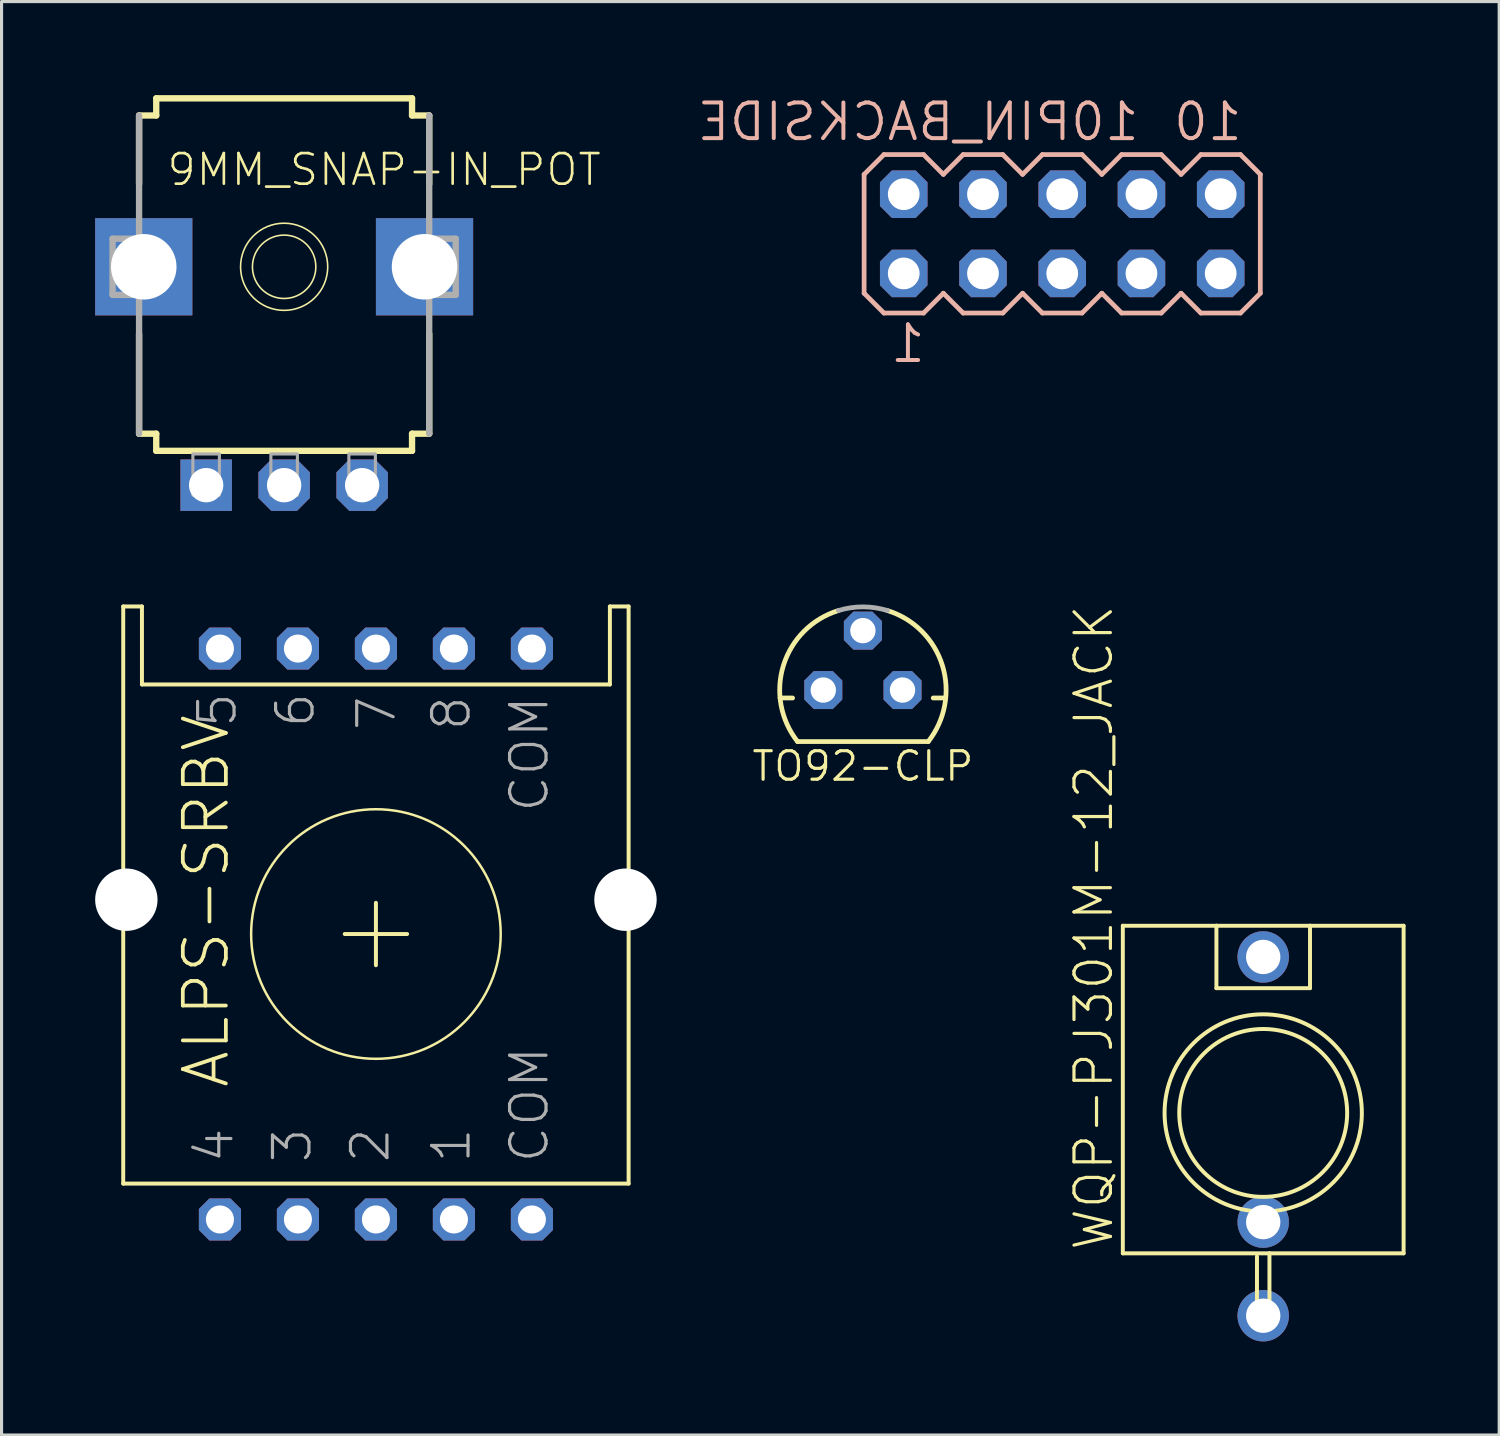
<source format=kicad_pcb>
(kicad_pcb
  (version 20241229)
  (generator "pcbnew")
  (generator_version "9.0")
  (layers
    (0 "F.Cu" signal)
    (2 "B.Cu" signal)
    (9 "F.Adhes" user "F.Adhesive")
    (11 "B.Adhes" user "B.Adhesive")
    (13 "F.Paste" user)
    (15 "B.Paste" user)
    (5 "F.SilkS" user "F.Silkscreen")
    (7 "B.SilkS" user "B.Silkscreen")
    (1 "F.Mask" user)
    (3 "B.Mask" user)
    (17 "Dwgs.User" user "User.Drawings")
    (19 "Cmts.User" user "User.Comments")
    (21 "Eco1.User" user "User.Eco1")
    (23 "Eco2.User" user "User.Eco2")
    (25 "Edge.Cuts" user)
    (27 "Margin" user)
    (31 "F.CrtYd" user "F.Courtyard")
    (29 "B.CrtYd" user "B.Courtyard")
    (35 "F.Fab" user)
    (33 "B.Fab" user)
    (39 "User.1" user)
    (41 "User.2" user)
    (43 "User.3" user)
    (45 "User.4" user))
  (footprint "WQP-PJ301M-12_JACK"
    (layer "F.Cu")
    (at 37.442 32.625)
    (property "Reference" "WQP-PJ301M-12_JACK" (at -4.75 4.47 90) (layer "F.SilkS") (effects (font (size 1.168 1.168) (thickness 0.102)) (justify left bottom)))
    (fp_line (start -4.5 -6) (end -4.5 4.5) (stroke (width 0.127) (type solid)) (layer "F.SilkS"))
    (fp_line (start -4.5 -6) (end -1.5 -6) (stroke (width 0.127) (type solid)) (layer "F.SilkS"))
    (fp_line (start -4.5 4.5) (end 0.2 4.5) (stroke (width 0.127) (type solid)) (layer "F.SilkS"))
    (fp_line (start -1.5 -6) (end -1.5 -4) (stroke (width 0.127) (type solid)) (layer "F.SilkS"))
    (fp_line (start -1.5 -6) (end 1.5 -6) (stroke (width 0.127) (type solid)) (layer "F.SilkS"))
    (fp_line (start -1.5 -4) (end 1.5 -4) (stroke (width 0.127) (type solid)) (layer "F.SilkS"))
    (fp_line (start -0.2 4.6) (end -0.2 6.7) (stroke (width 0.127) (type solid)) (layer "F.SilkS"))
    (fp_line (start -0.2 6.7) (end 0.2 6.7) (stroke (width 0.127) (type solid)) (layer "F.SilkS"))
    (fp_line (start 0.2 4.5) (end 4.5 4.5) (stroke (width 0.127) (type solid)) (layer "F.SilkS"))
    (fp_line (start 0.2 6.7) (end 0.2 4.5) (stroke (width 0.127) (type solid)) (layer "F.SilkS"))
    (fp_line (start 1.5 -6) (end 4.5 -6) (stroke (width 0.127) (type solid)) (layer "F.SilkS"))
    (fp_line (start 1.5 -4) (end 1.5 -6) (stroke (width 0.127) (type solid)) (layer "F.SilkS"))
    (fp_line (start 4.5 4.5) (end 4.5 -6) (stroke (width 0.127) (type solid)) (layer "F.SilkS"))
    (fp_circle (center 0 0) (end 2.691 0) (stroke (width 0.127) (type solid)) (fill no) (layer "F.SilkS"))
    (fp_circle (center 0 0) (end 3.162 0) (stroke (width 0.127) (type solid)) (fill no) (layer "F.SilkS"))
    (pad "P$1_TIP" thru_hole circle (at 0 -5) (size 1.65 1.65) (drill 1.1) (layers "*.Cu" "*.Mask"))
    (pad "P$2_SWITCH" thru_hole circle (at 0 3.5) (size 1.65 1.65) (drill 1.1) (layers "*.Cu" "*.Mask"))
    (pad "P$3_SLEEVE" thru_hole circle (at 0 6.5) (size 1.65 1.65) (drill 1.1) (layers "*.Cu" "*.Mask"))
    (zone (net_name "") (layer "F.Cu") (hatch edge 0.508) (connect_pads) (min_thickness 0.254) (filled_areas_thickness no) (keepout (tracks not_allowed) (vias not_allowed) (pads not_allowed) (copperpour not_allowed) (footprints allowed)) (placement (enabled no)) (fill) (polygon (pts (xy 34.642 35.425) (xy 40.242 35.425) (xy 40.242 29.825) (xy 34.642 29.825)))))
  (footprint "10PIN_BACKSIDE"
    (layer "F.Cu")
    (at 30.999 4.445)
    (property "Reference" "10PIN_BACKSIDE" (at 2.54 -2.921 0) (layer "B.SilkS") (effects (font (size 1.143 1.143) (thickness 0.127)) (justify left bottom mirror)))
    (fp_line (start -6.35 -1.905) (end -6.35 1.905) (stroke (width 0.152) (type solid)) (layer "B.SilkS"))
    (fp_line (start -6.35 1.905) (end -5.715 2.54) (stroke (width 0.152) (type solid)) (layer "B.SilkS"))
    (fp_line (start -5.715 -2.54) (end -6.35 -1.905) (stroke (width 0.152) (type solid)) (layer "B.SilkS"))
    (fp_line (start -5.715 -2.54) (end -4.445 -2.54) (stroke (width 0.152) (type solid)) (layer "B.SilkS"))
    (fp_line (start -4.445 -2.54) (end -3.81 -1.905) (stroke (width 0.152) (type solid)) (layer "B.SilkS"))
    (fp_line (start -4.445 2.54) (end -5.715 2.54) (stroke (width 0.152) (type solid)) (layer "B.SilkS"))
    (fp_line (start -3.81 -1.905) (end -3.175 -2.54) (stroke (width 0.152) (type solid)) (layer "B.SilkS"))
    (fp_line (start -3.81 1.905) (end -4.445 2.54) (stroke (width 0.152) (type solid)) (layer "B.SilkS"))
    (fp_line (start -3.175 -2.54) (end -1.905 -2.54) (stroke (width 0.152) (type solid)) (layer "B.SilkS"))
    (fp_line (start -3.175 2.54) (end -3.81 1.905) (stroke (width 0.152) (type solid)) (layer "B.SilkS"))
    (fp_line (start -1.905 -2.54) (end -1.27 -1.905) (stroke (width 0.152) (type solid)) (layer "B.SilkS"))
    (fp_line (start -1.905 2.54) (end -3.175 2.54) (stroke (width 0.152) (type solid)) (layer "B.SilkS"))
    (fp_line (start -1.27 -1.905) (end -0.635 -2.54) (stroke (width 0.152) (type solid)) (layer "B.SilkS"))
    (fp_line (start -1.27 1.905) (end -1.905 2.54) (stroke (width 0.152) (type solid)) (layer "B.SilkS"))
    (fp_line (start -0.635 -2.54) (end 0.635 -2.54) (stroke (width 0.152) (type solid)) (layer "B.SilkS"))
    (fp_line (start -0.635 2.54) (end -1.27 1.905) (stroke (width 0.152) (type solid)) (layer "B.SilkS"))
    (fp_line (start 0.635 -2.54) (end 1.27 -1.905) (stroke (width 0.152) (type solid)) (layer "B.SilkS"))
    (fp_line (start 0.635 2.54) (end -0.635 2.54) (stroke (width 0.152) (type solid)) (layer "B.SilkS"))
    (fp_line (start 1.27 1.905) (end 0.635 2.54) (stroke (width 0.152) (type solid)) (layer "B.SilkS"))
    (fp_line (start 1.27 1.905) (end 1.905 2.54) (stroke (width 0.152) (type solid)) (layer "B.SilkS"))
    (fp_line (start 1.905 -2.54) (end 1.27 -1.905) (stroke (width 0.152) (type solid)) (layer "B.SilkS"))
    (fp_line (start 1.905 -2.54) (end 3.175 -2.54) (stroke (width 0.152) (type solid)) (layer "B.SilkS"))
    (fp_line (start 3.175 -2.54) (end 3.81 -1.905) (stroke (width 0.152) (type solid)) (layer "B.SilkS"))
    (fp_line (start 3.175 2.54) (end 1.905 2.54) (stroke (width 0.152) (type solid)) (layer "B.SilkS"))
    (fp_line (start 3.81 -1.905) (end 4.445 -2.54) (stroke (width 0.152) (type solid)) (layer "B.SilkS"))
    (fp_line (start 3.81 1.905) (end 3.175 2.54) (stroke (width 0.152) (type solid)) (layer "B.SilkS"))
    (fp_line (start 4.445 -2.54) (end 5.715 -2.54) (stroke (width 0.152) (type solid)) (layer "B.SilkS"))
    (fp_line (start 4.445 2.54) (end 3.81 1.905) (stroke (width 0.152) (type solid)) (layer "B.SilkS"))
    (fp_line (start 5.715 -2.54) (end 6.35 -1.905) (stroke (width 0.152) (type solid)) (layer "B.SilkS"))
    (fp_line (start 5.715 2.54) (end 4.445 2.54) (stroke (width 0.152) (type solid)) (layer "B.SilkS"))
    (fp_line (start 6.35 -1.905) (end 6.35 1.905) (stroke (width 0.152) (type solid)) (layer "B.SilkS"))
    (fp_line (start 6.35 1.905) (end 5.715 2.54) (stroke (width 0.152) (type solid)) (layer "B.SilkS"))
    (fp_poly (pts (xy -5.334 -1.016) (xy -4.826 -1.016) (xy -4.826 -1.524) (xy -5.334 -1.524)) (stroke (width 0.1) (type solid)) (fill no) (layer "F.Fab"))
    (fp_poly (pts (xy -5.334 1.524) (xy -4.826 1.524) (xy -4.826 1.016) (xy -5.334 1.016)) (stroke (width 0.1) (type solid)) (fill no) (layer "F.Fab"))
    (fp_poly (pts (xy -2.794 -1.016) (xy -2.286 -1.016) (xy -2.286 -1.524) (xy -2.794 -1.524)) (stroke (width 0.1) (type solid)) (fill no) (layer "F.Fab"))
    (fp_poly (pts (xy -2.794 1.524) (xy -2.286 1.524) (xy -2.286 1.016) (xy -2.794 1.016)) (stroke (width 0.1) (type solid)) (fill no) (layer "F.Fab"))
    (fp_poly (pts (xy -0.254 -1.016) (xy 0.254 -1.016) (xy 0.254 -1.524) (xy -0.254 -1.524)) (stroke (width 0.1) (type solid)) (fill no) (layer "F.Fab"))
    (fp_poly (pts (xy -0.254 1.524) (xy 0.254 1.524) (xy 0.254 1.016) (xy -0.254 1.016)) (stroke (width 0.1) (type solid)) (fill no) (layer "F.Fab"))
    (fp_poly (pts (xy 2.286 -1.016) (xy 2.794 -1.016) (xy 2.794 -1.524) (xy 2.286 -1.524)) (stroke (width 0.1) (type solid)) (fill no) (layer "F.Fab"))
    (fp_poly (pts (xy 2.286 1.524) (xy 2.794 1.524) (xy 2.794 1.016) (xy 2.286 1.016)) (stroke (width 0.1) (type solid)) (fill no) (layer "F.Fab"))
    (fp_poly (pts (xy 4.826 -1.016) (xy 5.334 -1.016) (xy 5.334 -1.524) (xy 4.826 -1.524)) (stroke (width 0.1) (type solid)) (fill no) (layer "F.Fab"))
    (fp_poly (pts (xy 4.826 1.524) (xy 5.334 1.524) (xy 5.334 1.016) (xy 4.826 1.016)) (stroke (width 0.1) (type solid)) (fill no) (layer "F.Fab"))
    (fp_text user "10" (at 5.842 -2.921 0) (layer "B.SilkS") (effects (font (size 1.143 1.143) (thickness 0.127)) (justify left bottom mirror)))
    (fp_text user "1" (at -4.318 4.191 0) (layer "B.SilkS") (effects (font (size 1.143 1.143) (thickness 0.127)) (justify left bottom mirror)))
    (pad "1" thru_hole roundrect (at -5.08 1.27) (size 1.524 1.524) (drill 1.016) (layers "*.Cu" "*.Mask") (roundrect_rratio 0.25) (chamfer_ratio 0.25) (chamfer top_left top_right bottom_left bottom_right))
    (pad "2" thru_hole roundrect (at -5.08 -1.27) (size 1.524 1.524) (drill 1.016) (layers "*.Cu" "*.Mask") (roundrect_rratio 0.25) (chamfer_ratio 0.25) (chamfer top_left top_right bottom_left bottom_right))
    (pad "3" thru_hole roundrect (at -2.54 1.27) (size 1.524 1.524) (drill 1.016) (layers "*.Cu" "*.Mask") (roundrect_rratio 0.25) (chamfer_ratio 0.25) (chamfer top_left top_right bottom_left bottom_right))
    (pad "4" thru_hole roundrect (at -2.54 -1.27) (size 1.524 1.524) (drill 1.016) (layers "*.Cu" "*.Mask") (roundrect_rratio 0.25) (chamfer_ratio 0.25) (chamfer top_left top_right bottom_left bottom_right))
    (pad "5" thru_hole roundrect (at 0 1.27) (size 1.524 1.524) (drill 1.016) (layers "*.Cu" "*.Mask") (roundrect_rratio 0.25) (chamfer_ratio 0.25) (chamfer top_left top_right bottom_left bottom_right))
    (pad "6" thru_hole roundrect (at 0 -1.27) (size 1.524 1.524) (drill 1.016) (layers "*.Cu" "*.Mask") (roundrect_rratio 0.25) (chamfer_ratio 0.25) (chamfer top_left top_right bottom_left bottom_right))
    (pad "7" thru_hole roundrect (at 2.54 1.27) (size 1.524 1.524) (drill 1.016) (layers "*.Cu" "*.Mask") (roundrect_rratio 0.25) (chamfer_ratio 0.25) (chamfer top_left top_right bottom_left bottom_right))
    (pad "8" thru_hole roundrect (at 2.54 -1.27) (size 1.524 1.524) (drill 1.016) (layers "*.Cu" "*.Mask") (roundrect_rratio 0.25) (chamfer_ratio 0.25) (chamfer top_left top_right bottom_left bottom_right))
    (pad "9" thru_hole roundrect (at 5.08 1.27) (size 1.524 1.524) (drill 1.016) (layers "*.Cu" "*.Mask") (roundrect_rratio 0.25) (chamfer_ratio 0.25) (chamfer top_left top_right bottom_left bottom_right))
    (pad "10" thru_hole roundrect (at 5.08 -1.27) (size 1.524 1.524) (drill 1.016) (layers "*.Cu" "*.Mask") (roundrect_rratio 0.25) (chamfer_ratio 0.25) (chamfer top_left top_right bottom_left bottom_right)))
  (footprint "9MM_SNAP-IN_POT"
    (layer "F.Cu")
    (at 6.058 5.502)
    (property "Reference" "9MM_SNAP-IN_POT" (at -3.81 -2.54 0) (layer "F.SilkS") (effects (font (size 0.981 0.981) (thickness 0.085)) (justify left bottom)))
    (fp_line (start -4.65 -2.65) (end -4.65 -4.85) (stroke (width 0.203) (type solid)) (layer "F.SilkS"))
    (fp_line (start -4.65 5.35) (end -4.65 2.15) (stroke (width 0.203) (type solid)) (layer "F.SilkS"))
    (fp_line (start -4.65 5.35) (end -4.1 5.35) (stroke (width 0.203) (type solid)) (layer "F.SilkS"))
    (fp_line (start -4.1 -5.4) (end -4.1 -4.85) (stroke (width 0.203) (type solid)) (layer "F.SilkS"))
    (fp_line (start -4.1 -5.4) (end 4.1 -5.4) (stroke (width 0.203) (type solid)) (layer "F.SilkS"))
    (fp_line (start -4.1 -4.85) (end -4.65 -4.85) (stroke (width 0.203) (type solid)) (layer "F.SilkS"))
    (fp_line (start -4.1 5.35) (end -4.1 5.9) (stroke (width 0.203) (type solid)) (layer "F.SilkS"))
    (fp_line (start 4.1 -4.85) (end 4.1 -5.4) (stroke (width 0.203) (type solid)) (layer "F.SilkS"))
    (fp_line (start 4.1 5.35) (end 4.65 5.35) (stroke (width 0.203) (type solid)) (layer "F.SilkS"))
    (fp_line (start 4.1 5.9) (end -4.1 5.9) (stroke (width 0.203) (type solid)) (layer "F.SilkS"))
    (fp_line (start 4.1 5.9) (end 4.1 5.35) (stroke (width 0.203) (type solid)) (layer "F.SilkS"))
    (fp_line (start 4.65 -4.85) (end 4.1 -4.85) (stroke (width 0.203) (type solid)) (layer "F.SilkS"))
    (fp_line (start 4.65 -4.85) (end 4.65 -2.65) (stroke (width 0.203) (type solid)) (layer "F.SilkS"))
    (fp_line (start 4.65 2.15) (end 4.65 5.35) (stroke (width 0.203) (type solid)) (layer "F.SilkS"))
    (fp_circle (center 0 0) (end 1.016 0) (stroke (width 0.051) (type solid)) (fill no) (layer "F.SilkS"))
    (fp_circle (center 0 0) (end 1.397 0) (stroke (width 0.051) (type solid)) (fill no) (layer "F.SilkS"))
    (fp_line (start -5.5 -0.9) (end -5.5 0.9) (stroke (width 0.203) (type solid)) (layer "F.Fab"))
    (fp_line (start -5.5 0.9) (end -4.75 0.9) (stroke (width 0.203) (type solid)) (layer "F.Fab"))
    (fp_line (start -4.75 -0.9) (end -5.5 -0.9) (stroke (width 0.203) (type solid)) (layer "F.Fab"))
    (fp_line (start -4.65 5.35) (end -4.65 -4.85) (stroke (width 0.203) (type solid)) (layer "F.Fab"))
    (fp_line (start 4.65 -4.85) (end 4.65 5.35) (stroke (width 0.203) (type solid)) (layer "F.Fab"))
    (fp_line (start 4.75 0.9) (end 5.5 0.9) (stroke (width 0.203) (type solid)) (layer "F.Fab"))
    (fp_line (start 5.5 -0.9) (end 4.75 -0.9) (stroke (width 0.203) (type solid)) (layer "F.Fab"))
    (fp_line (start 5.5 0.9) (end 5.5 -0.9) (stroke (width 0.203) (type solid)) (layer "F.Fab"))
    (fp_poly (pts (xy -2.925 7.325) (xy -2.075 7.325) (xy -2.075 6) (xy -2.925 6)) (stroke (width 0.1) (type solid)) (fill no) (layer "F.Fab"))
    (fp_poly (pts (xy -0.425 7.325) (xy 0.425 7.325) (xy 0.425 6) (xy -0.425 6)) (stroke (width 0.1) (type solid)) (fill no) (layer "F.Fab"))
    (fp_poly (pts (xy 2.075 7.325) (xy 2.925 7.325) (xy 2.925 6) (xy 2.075 6)) (stroke (width 0.1) (type solid)) (fill no) (layer "F.Fab"))
    (pad "1" thru_hole rect (at -2.5 7 270) (size 1.65 1.65) (drill 1.1) (layers "*.Cu" "*.Mask"))
    (pad "2" thru_hole roundrect (at 0 7 270) (size 1.65 1.65) (drill 1.1) (layers "*.Cu" "*.Mask") (roundrect_rratio 0.25) (chamfer_ratio 0.25) (chamfer top_left top_right bottom_left bottom_right))
    (pad "3" thru_hole roundrect (at 2.5 7 270) (size 1.65 1.65) (drill 1.1) (layers "*.Cu" "*.Mask") (roundrect_rratio 0.25) (chamfer_ratio 0.25) (chamfer top_left top_right bottom_left bottom_right))
    (pad "CHASSIS1" thru_hole rect (at -4.5 0 270) (size 3.116 3.116) (drill 2.1) (layers "*.Cu" "*.Mask"))
    (pad "CHASSIS2" thru_hole rect (at 4.5 0 270) (size 3.116 3.116) (drill 2.1) (layers "*.Cu" "*.Mask")))
  (footprint "ALPS-SRBV"
    (layer "F.Cu")
    (at 9 26.89)
    (property "Reference" "ALPS-SRBV" (at -4.635 5 90) (layer "F.SilkS") (effects (font (size 1.38 1.38) (thickness 0.12)) (justify left bottom)))
    (fp_line (start -8.1 -10.5) (end -8.1 8) (stroke (width 0.127) (type solid)) (layer "F.SilkS"))
    (fp_line (start -8.1 8) (end 8.1 8) (stroke (width 0.127) (type solid)) (layer "F.SilkS"))
    (fp_line (start -7.5 -10.5) (end -8.1 -10.5) (stroke (width 0.127) (type solid)) (layer "F.SilkS"))
    (fp_line (start -7.5 -8) (end -7.5 -10.5) (stroke (width 0.127) (type solid)) (layer "F.SilkS"))
    (fp_line (start -1 0) (end 1 0) (stroke (width 0.127) (type solid)) (layer "F.SilkS"))
    (fp_line (start 0 1) (end 0 -1) (stroke (width 0.127) (type solid)) (layer "F.SilkS"))
    (fp_line (start 7.5 -10.5) (end 7.5 -8) (stroke (width 0.127) (type solid)) (layer "F.SilkS"))
    (fp_line (start 7.5 -8) (end -7.5 -8) (stroke (width 0.127) (type solid)) (layer "F.SilkS"))
    (fp_line (start 8.1 -10.5) (end 7.5 -10.5) (stroke (width 0.127) (type solid)) (layer "F.SilkS"))
    (fp_line (start 8.1 8) (end 8.1 -10.5) (stroke (width 0.127) (type solid)) (layer "F.SilkS"))
    (fp_circle (center 0 0) (end 4 0) (stroke (width 0.08) (type solid)) (fill no) (layer "F.SilkS"))
    (fp_text user "COM" (at 5.6 -7.7 90) (layer "F.Fab") (effects (font (size 1.168 1.168) (thickness 0.102)) (justify right bottom)))
    (fp_text user "3" (at -2 7.4 90) (layer "F.Fab") (effects (font (size 1.168 1.168) (thickness 0.102)) (justify left bottom)))
    (fp_text user "6" (at -1.9 -7.8 90) (layer "F.Fab") (effects (font (size 1.168 1.168) (thickness 0.102)) (justify right bottom)))
    (fp_text user "5" (at -4.4 -7.8 90) (layer "F.Fab") (effects (font (size 1.168 1.168) (thickness 0.102)) (justify right bottom)))
    (fp_text user "2" (at 0.5 7.4 90) (layer "F.Fab") (effects (font (size 1.168 1.168) (thickness 0.102)) (justify left bottom)))
    (fp_text user "8" (at 3.1 -7.7 90) (layer "F.Fab") (effects (font (size 1.168 1.168) (thickness 0.102)) (justify right bottom)))
    (fp_text user "4" (at -4.5 7.4 90) (layer "F.Fab") (effects (font (size 1.168 1.168) (thickness 0.102)) (justify left bottom)))
    (fp_text user "1" (at 3.1 7.4 90) (layer "F.Fab") (effects (font (size 1.168 1.168) (thickness 0.102)) (justify left bottom)))
    (fp_text user "7" (at 0.7 -7.7 90) (layer "F.Fab") (effects (font (size 1.168 1.168) (thickness 0.102)) (justify right bottom)))
    (fp_text user "COM" (at 5.6 7.4 90) (layer "F.Fab") (effects (font (size 1.168 1.168) (thickness 0.102)) (justify left bottom)))
    (pad "" np_thru_hole circle (at -8 -1.1) (size 2 2) (drill 2) (layers "*.Cu" "*.Mask"))
    (pad "" np_thru_hole circle (at 8 -1.1) (size 2 2) (drill 2) (layers "*.Cu" "*.Mask"))
    (pad "A" thru_hole roundrect (at 2.5 9.15) (size 1.35 1.35) (drill 0.9) (layers "*.Cu" "*.Mask") (roundrect_rratio 0.25) (chamfer_ratio 0.25) (chamfer top_left top_right bottom_left bottom_right))
    (pad "B" thru_hole roundrect (at 0 9.15) (size 1.35 1.35) (drill 0.9) (layers "*.Cu" "*.Mask") (roundrect_rratio 0.25) (chamfer_ratio 0.25) (chamfer top_left top_right bottom_left bottom_right))
    (pad "C" thru_hole roundrect (at -2.5 9.15) (size 1.35 1.35) (drill 0.9) (layers "*.Cu" "*.Mask") (roundrect_rratio 0.25) (chamfer_ratio 0.25) (chamfer top_left top_right bottom_left bottom_right))
    (pad "COM" thru_hole roundrect (at 5 9.15) (size 1.35 1.35) (drill 0.9) (layers "*.Cu" "*.Mask") (roundrect_rratio 0.25) (chamfer_ratio 0.25) (chamfer top_left top_right bottom_left bottom_right))
    (pad "COM2" thru_hole roundrect (at 5 -9.15) (size 1.35 1.35) (drill 0.9) (layers "*.Cu" "*.Mask") (roundrect_rratio 0.25) (chamfer_ratio 0.25) (chamfer top_left top_right bottom_left bottom_right))
    (pad "D" thru_hole roundrect (at -5 9.15) (size 1.35 1.35) (drill 0.9) (layers "*.Cu" "*.Mask") (roundrect_rratio 0.25) (chamfer_ratio 0.25) (chamfer top_left top_right bottom_left bottom_right))
    (pad "E" thru_hole roundrect (at -5 -9.15) (size 1.35 1.35) (drill 0.9) (layers "*.Cu" "*.Mask") (roundrect_rratio 0.25) (chamfer_ratio 0.25) (chamfer top_left top_right bottom_left bottom_right))
    (pad "F" thru_hole roundrect (at -2.5 -9.15) (size 1.35 1.35) (drill 0.9) (layers "*.Cu" "*.Mask") (roundrect_rratio 0.25) (chamfer_ratio 0.25) (chamfer top_left top_right bottom_left bottom_right))
    (pad "G" thru_hole roundrect (at 0 -9.15) (size 1.35 1.35) (drill 0.9) (layers "*.Cu" "*.Mask") (roundrect_rratio 0.25) (chamfer_ratio 0.25) (chamfer top_left top_right bottom_left bottom_right))
    (pad "H" thru_hole roundrect (at 2.5 -9.15) (size 1.35 1.35) (drill 0.9) (layers "*.Cu" "*.Mask") (roundrect_rratio 0.25) (chamfer_ratio 0.25) (chamfer top_left top_right bottom_left bottom_right)))
  (footprint "TO92-CLP"
    (layer "F.Cu")
    (at 24.61 19.07)
    (property "Reference" "TO92-CLP" (at 0 1.905 0) (layer "F.SilkS") (effects (font (size 0.914 0.914) (thickness 0.102)) (justify top)))
    (fp_line (start -2.655 0.254) (end -2.254 0.254) (stroke (width 0.152) (type solid)) (layer "F.SilkS"))
    (fp_line (start -2.095 1.651) (end 2.095 1.651) (stroke (width 0.152) (type solid)) (layer "F.SilkS"))
    (fp_line (start 2.254 0.254) (end 2.655 0.254) (stroke (width 0.152) (type solid)) (layer "F.SilkS"))
    (fp_arc (start -2.0946 1.651) (mid -2.54634 -0.793276) (end -0.786301 -2.548501) (stroke (width 0.1524) (type solid)) (layer "F.SilkS"))
    (fp_arc (start 0.7868 -2.5484) (mid 2.54677 -0.793202) (end 2.095 1.650999) (stroke (width 0.1524) (type solid)) (layer "F.SilkS"))
    (fp_arc (start -0.7863 -2.5485) (mid 0 -2.667043) (end 0.7863 -2.5485) (stroke (width 0.1524) (type solid)) (layer "F.Fab"))
    (pad "A" thru_hole roundrect (at 0 -1.905) (size 1.219 1.219) (drill 0.813) (layers "*.Cu" "*.Mask") (roundrect_rratio 0.25) (chamfer_ratio 0.25) (chamfer top_left top_right bottom_left bottom_right))
    (pad "C" thru_hole roundrect (at 1.27 0) (size 1.219 1.219) (drill 0.813) (layers "*.Cu" "*.Mask") (roundrect_rratio 0.25) (chamfer_ratio 0.25) (chamfer top_left top_right bottom_left bottom_right))
    (pad "R" thru_hole roundrect (at -1.27 0) (size 1.219 1.219) (drill 0.813) (layers "*.Cu" "*.Mask") (roundrect_rratio 0.25) (chamfer_ratio 0.25) (chamfer top_left top_right bottom_left bottom_right)))
  (gr_rect
    (start -3 -3)
    (end 45.006 42.95)
    (stroke (width 0.1) (type default))
    (fill no)
    (layer "Edge.Cuts")))
</source>
